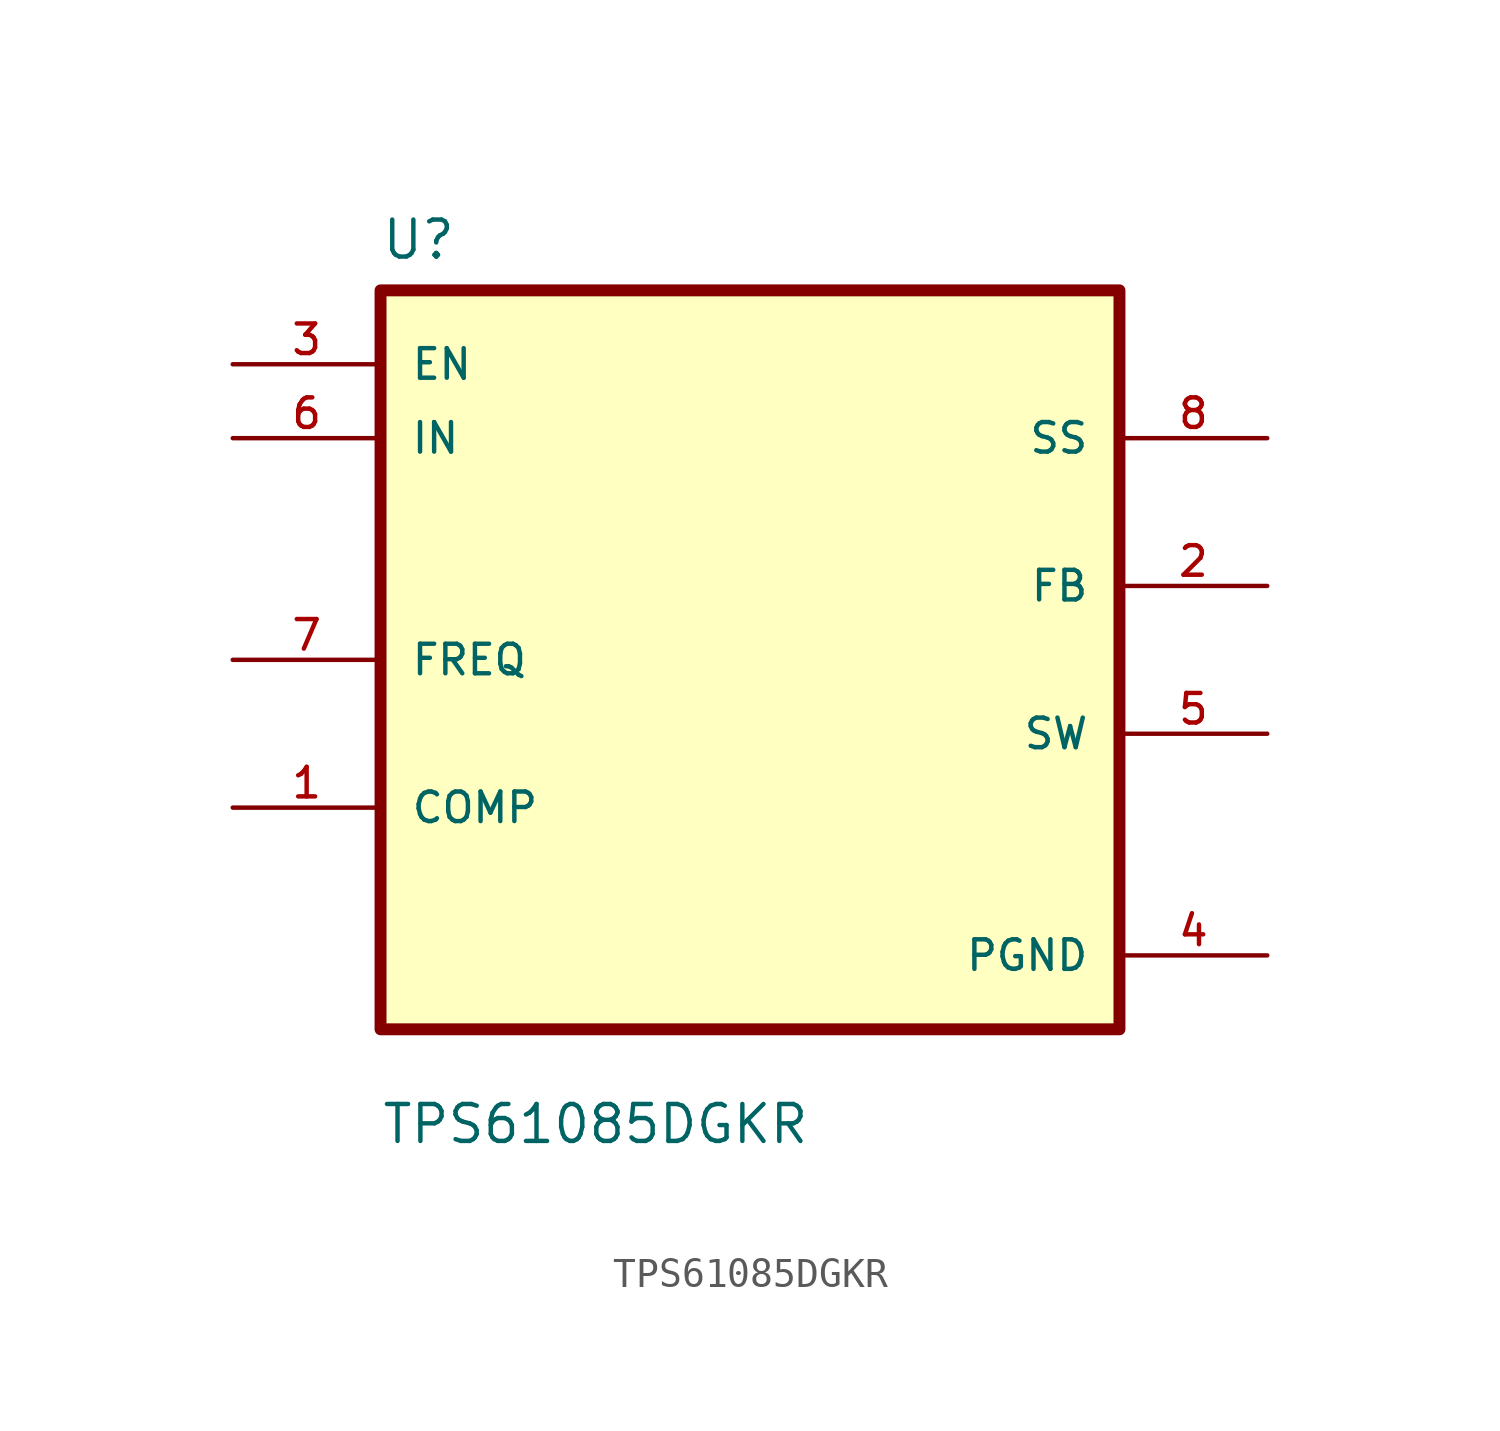
<source format=kicad_sym>
(kicad_symbol_lib
  (version 20211014)
  (generator kicad_symbol_editor)
  (symbol "TPS61085DGKR"
    (pin_names
      (offset 1.016))
    (property "Reference" "U"
      (at -12.7 13.7 0.0)
      (effects (font (size 1.27 1.27)) (justify bottom left)))
    (property "Value" "TPS61085DGKR"
      (at -12.7 -16.7 0.0)
      (effects (font (size 1.27 1.27)) (justify bottom left)))
    (symbol "TPS61085DGKR_0_0"
      (rectangle (start -12.7 -12.7) (end 12.7 12.7) (stroke (width 0.41)) (fill (type background)))
      (pin input line (at -17.78 10.16 0) (length 5.08) (name "EN" (effects (font (size 1.016 1.016)))) (number "3" (effects (font (size 1.016 1.016)))))
      (pin input line (at 17.78 2.54 180.0) (length 5.08) (name "FB" (effects (font (size 1.016 1.016)))) (number "2" (effects (font (size 1.016 1.016)))))
      (pin input line (at -17.78 0.0 0) (length 5.08) (name "FREQ" (effects (font (size 1.016 1.016)))) (number "7" (effects (font (size 1.016 1.016)))))
      (pin input line (at -17.78 7.62 0) (length 5.08) (name "IN" (effects (font (size 1.016 1.016)))) (number "6" (effects (font (size 1.016 1.016)))))
      (pin input line (at 17.78 -2.54 180.0) (length 5.08) (name "SW" (effects (font (size 1.016 1.016)))) (number "5" (effects (font (size 1.016 1.016)))))
      (pin bidirectional line (at -17.78 -5.08 0) (length 5.08) (name "COMP" (effects (font (size 1.016 1.016)))) (number "1" (effects (font (size 1.016 1.016)))))
      (pin output line (at 17.78 7.62 180.0) (length 5.08) (name "SS" (effects (font (size 1.016 1.016)))) (number "8" (effects (font (size 1.016 1.016)))))
      (pin power_in line (at 17.78 -10.16 180.0) (length 5.08) (name "PGND" (effects (font (size 1.016 1.016)))) (number "4" (effects (font (size 1.016 1.016))))))))
</source>
